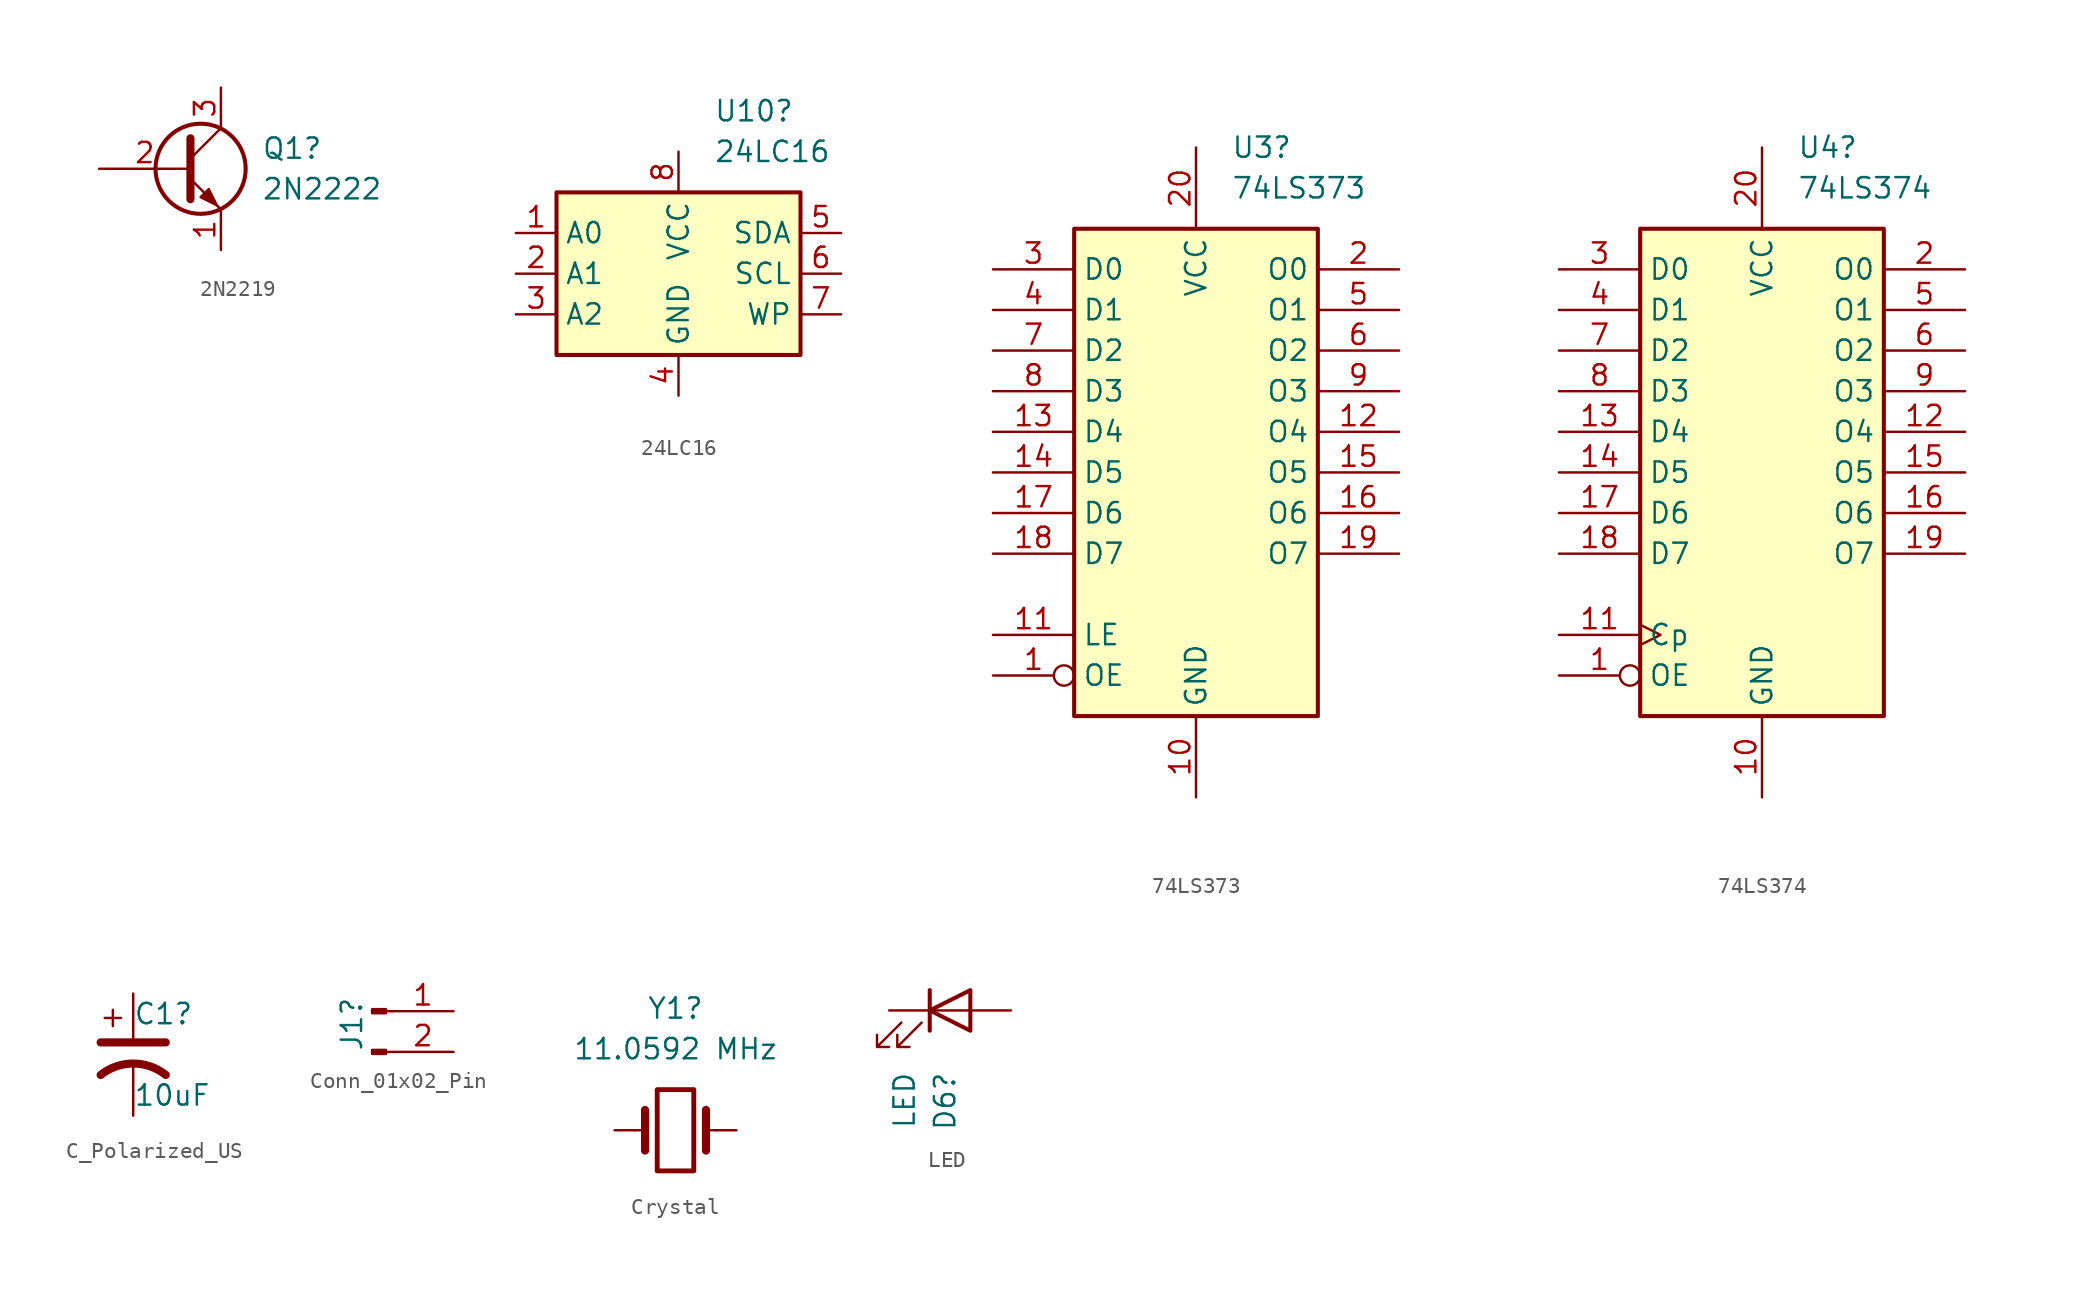
<source format=kicad_sym>
(kicad_symbol_lib
  (version 20231120)
  (generator "kicad_symbol_editor")
  (generator_version "8.0")
  (symbol "2N2219"
    (pin_names
      (offset 0) hide)
    (property "Reference" "Q1"
      (at 5.08 1.27 0)
      (effects (font (size 1.27 1.27)) (justify left)))
    (property "Value" "2N2222"
      (at 5.08 -1.27 0)
      (effects (font (size 1.27 1.27)) (justify left)))
    (symbol "2N2219_0_1"
      (polyline (pts (xy 0.635 0.635) (xy 2.54 2.54)) (stroke (width 0) (type default)) (fill (type none)))
      (polyline (pts (xy 0.635 -0.635) (xy 2.54 -2.54) (xy 2.54 -2.54)) (stroke (width 0) (type default)) (fill (type none)))
      (polyline (pts (xy 0.635 1.905) (xy 0.635 -1.905) (xy 0.635 -1.905)) (stroke (width 0.508) (type default)) (fill (type none)))
      (polyline (pts (xy 1.27 -1.778) (xy 1.778 -1.27) (xy 2.286 -2.286) (xy 1.27 -1.778) (xy 1.27 -1.778)) (stroke (width 0) (type default)) (fill (type outline)))
      (circle (center 1.27 0) (radius 2.819) (stroke (width 0.254) (type default)) (fill (type none))))
    (symbol "2N2219_1_1"
      (pin passive line (at 2.54 -5.08 90) (length 2.54) (name "E" (effects (font (size 1.27 1.27)))) (number "1" (effects (font (size 1.27 1.27)))))
      (pin passive line (at -5.08 0 0) (length 5.715) (name "B" (effects (font (size 1.27 1.27)))) (number "2" (effects (font (size 1.27 1.27)))))
      (pin passive line (at 2.54 5.08 270) (length 2.54) (name "C" (effects (font (size 1.27 1.27)))) (number "3" (effects (font (size 1.27 1.27)))))))
  (symbol "24LC16"
    (property "Reference" "U10"
      (at 2.194 10.16 0)
      (effects (font (size 1.27 1.27)) (justify left)))
    (property "Value" "24LC16"
      (at 2.194 7.62 0)
      (effects (font (size 1.27 1.27)) (justify left)))
    (symbol "24LC16_1_1"
      (rectangle (start -7.62 5.08) (end 7.62 -5.08) (stroke (width 0.254) (type default)) (fill (type background)))
      (pin input line (at -10.16 2.54 0) (length 2.54) (name "A0" (effects (font (size 1.27 1.27)))) (number "1" (effects (font (size 1.27 1.27)))))
      (pin input line (at -10.16 0 0) (length 2.54) (name "A1" (effects (font (size 1.27 1.27)))) (number "2" (effects (font (size 1.27 1.27)))))
      (pin input line (at -10.16 -2.54 0) (length 2.54) (name "A2" (effects (font (size 1.27 1.27)))) (number "3" (effects (font (size 1.27 1.27)))))
      (pin power_in line (at 0 -7.62 90) (length 2.54) (name "GND" (effects (font (size 1.27 1.27)))) (number "4" (effects (font (size 1.27 1.27)))))
      (pin bidirectional line (at 10.16 2.54 180) (length 2.54) (name "SDA" (effects (font (size 1.27 1.27)))) (number "5" (effects (font (size 1.27 1.27)))))
      (pin input line (at 10.16 0 180) (length 2.54) (name "SCL" (effects (font (size 1.27 1.27)))) (number "6" (effects (font (size 1.27 1.27)))))
      (pin input line (at 10.16 -2.54 180) (length 2.54) (name "WP" (effects (font (size 1.27 1.27)))) (number "7" (effects (font (size 1.27 1.27)))))
      (pin power_in line (at 0 7.62 270) (length 2.54) (name "VCC" (effects (font (size 1.27 1.27)))) (number "8" (effects (font (size 1.27 1.27)))))))
  (symbol "74LS373"
    (property "Reference" "U3"
      (at 2.194 20.32 0)
      (effects (font (size 1.27 1.27)) (justify left)))
    (property "Value" "74LS373"
      (at 2.194 17.78 0)
      (effects (font (size 1.27 1.27)) (justify left)))
    (symbol "74LS373_1_0"
      (pin input inverted (at -12.7 -12.7 0) (length 5.08) (name "OE" (effects (font (size 1.27 1.27)))) (number "1" (effects (font (size 1.27 1.27)))))
      (pin power_in line (at 0 -20.32 90) (length 5.08) (name "GND" (effects (font (size 1.27 1.27)))) (number "10" (effects (font (size 1.27 1.27)))))
      (pin input line (at -12.7 -10.16 0) (length 5.08) (name "LE" (effects (font (size 1.27 1.27)))) (number "11" (effects (font (size 1.27 1.27)))))
      (pin tri_state line (at 12.7 2.54 180) (length 5.08) (name "O4" (effects (font (size 1.27 1.27)))) (number "12" (effects (font (size 1.27 1.27)))))
      (pin input line (at -12.7 2.54 0) (length 5.08) (name "D4" (effects (font (size 1.27 1.27)))) (number "13" (effects (font (size 1.27 1.27)))))
      (pin input line (at -12.7 0 0) (length 5.08) (name "D5" (effects (font (size 1.27 1.27)))) (number "14" (effects (font (size 1.27 1.27)))))
      (pin tri_state line (at 12.7 0 180) (length 5.08) (name "O5" (effects (font (size 1.27 1.27)))) (number "15" (effects (font (size 1.27 1.27)))))
      (pin tri_state line (at 12.7 -2.54 180) (length 5.08) (name "O6" (effects (font (size 1.27 1.27)))) (number "16" (effects (font (size 1.27 1.27)))))
      (pin input line (at -12.7 -2.54 0) (length 5.08) (name "D6" (effects (font (size 1.27 1.27)))) (number "17" (effects (font (size 1.27 1.27)))))
      (pin input line (at -12.7 -5.08 0) (length 5.08) (name "D7" (effects (font (size 1.27 1.27)))) (number "18" (effects (font (size 1.27 1.27)))))
      (pin tri_state line (at 12.7 -5.08 180) (length 5.08) (name "O7" (effects (font (size 1.27 1.27)))) (number "19" (effects (font (size 1.27 1.27)))))
      (pin tri_state line (at 12.7 12.7 180) (length 5.08) (name "O0" (effects (font (size 1.27 1.27)))) (number "2" (effects (font (size 1.27 1.27)))))
      (pin power_in line (at 0 20.32 270) (length 5.08) (name "VCC" (effects (font (size 1.27 1.27)))) (number "20" (effects (font (size 1.27 1.27)))))
      (pin input line (at -12.7 12.7 0) (length 5.08) (name "D0" (effects (font (size 1.27 1.27)))) (number "3" (effects (font (size 1.27 1.27)))))
      (pin input line (at -12.7 10.16 0) (length 5.08) (name "D1" (effects (font (size 1.27 1.27)))) (number "4" (effects (font (size 1.27 1.27)))))
      (pin tri_state line (at 12.7 10.16 180) (length 5.08) (name "O1" (effects (font (size 1.27 1.27)))) (number "5" (effects (font (size 1.27 1.27)))))
      (pin tri_state line (at 12.7 7.62 180) (length 5.08) (name "O2" (effects (font (size 1.27 1.27)))) (number "6" (effects (font (size 1.27 1.27)))))
      (pin input line (at -12.7 7.62 0) (length 5.08) (name "D2" (effects (font (size 1.27 1.27)))) (number "7" (effects (font (size 1.27 1.27)))))
      (pin input line (at -12.7 5.08 0) (length 5.08) (name "D3" (effects (font (size 1.27 1.27)))) (number "8" (effects (font (size 1.27 1.27)))))
      (pin tri_state line (at 12.7 5.08 180) (length 5.08) (name "O3" (effects (font (size 1.27 1.27)))) (number "9" (effects (font (size 1.27 1.27))))))
    (symbol "74LS373_1_1"
      (rectangle (start -7.62 15.24) (end 7.62 -15.24) (stroke (width 0.254) (type default)) (fill (type background)))))
  (symbol "74LS374"
    (property "Reference" "U4"
      (at 2.194 20.32 0)
      (effects (font (size 1.27 1.27)) (justify left)))
    (property "Value" "74LS374"
      (at 2.194 17.78 0)
      (effects (font (size 1.27 1.27)) (justify left)))
    (symbol "74LS374_1_0"
      (pin input inverted (at -12.7 -12.7 0) (length 5.08) (name "OE" (effects (font (size 1.27 1.27)))) (number "1" (effects (font (size 1.27 1.27)))))
      (pin power_in line (at 0 -20.32 90) (length 5.08) (name "GND" (effects (font (size 1.27 1.27)))) (number "10" (effects (font (size 1.27 1.27)))))
      (pin input clock (at -12.7 -10.16 0) (length 5.08) (name "Cp" (effects (font (size 1.27 1.27)))) (number "11" (effects (font (size 1.27 1.27)))))
      (pin tri_state line (at 12.7 2.54 180) (length 5.08) (name "O4" (effects (font (size 1.27 1.27)))) (number "12" (effects (font (size 1.27 1.27)))))
      (pin input line (at -12.7 2.54 0) (length 5.08) (name "D4" (effects (font (size 1.27 1.27)))) (number "13" (effects (font (size 1.27 1.27)))))
      (pin input line (at -12.7 0 0) (length 5.08) (name "D5" (effects (font (size 1.27 1.27)))) (number "14" (effects (font (size 1.27 1.27)))))
      (pin tri_state line (at 12.7 0 180) (length 5.08) (name "O5" (effects (font (size 1.27 1.27)))) (number "15" (effects (font (size 1.27 1.27)))))
      (pin tri_state line (at 12.7 -2.54 180) (length 5.08) (name "O6" (effects (font (size 1.27 1.27)))) (number "16" (effects (font (size 1.27 1.27)))))
      (pin input line (at -12.7 -2.54 0) (length 5.08) (name "D6" (effects (font (size 1.27 1.27)))) (number "17" (effects (font (size 1.27 1.27)))))
      (pin input line (at -12.7 -5.08 0) (length 5.08) (name "D7" (effects (font (size 1.27 1.27)))) (number "18" (effects (font (size 1.27 1.27)))))
      (pin tri_state line (at 12.7 -5.08 180) (length 5.08) (name "O7" (effects (font (size 1.27 1.27)))) (number "19" (effects (font (size 1.27 1.27)))))
      (pin tri_state line (at 12.7 12.7 180) (length 5.08) (name "O0" (effects (font (size 1.27 1.27)))) (number "2" (effects (font (size 1.27 1.27)))))
      (pin power_in line (at 0 20.32 270) (length 5.08) (name "VCC" (effects (font (size 1.27 1.27)))) (number "20" (effects (font (size 1.27 1.27)))))
      (pin input line (at -12.7 12.7 0) (length 5.08) (name "D0" (effects (font (size 1.27 1.27)))) (number "3" (effects (font (size 1.27 1.27)))))
      (pin input line (at -12.7 10.16 0) (length 5.08) (name "D1" (effects (font (size 1.27 1.27)))) (number "4" (effects (font (size 1.27 1.27)))))
      (pin tri_state line (at 12.7 10.16 180) (length 5.08) (name "O1" (effects (font (size 1.27 1.27)))) (number "5" (effects (font (size 1.27 1.27)))))
      (pin tri_state line (at 12.7 7.62 180) (length 5.08) (name "O2" (effects (font (size 1.27 1.27)))) (number "6" (effects (font (size 1.27 1.27)))))
      (pin input line (at -12.7 7.62 0) (length 5.08) (name "D2" (effects (font (size 1.27 1.27)))) (number "7" (effects (font (size 1.27 1.27)))))
      (pin input line (at -12.7 5.08 0) (length 5.08) (name "D3" (effects (font (size 1.27 1.27)))) (number "8" (effects (font (size 1.27 1.27)))))
      (pin tri_state line (at 12.7 5.08 180) (length 5.08) (name "O3" (effects (font (size 1.27 1.27)))) (number "9" (effects (font (size 1.27 1.27))))))
    (symbol "74LS374_1_1"
      (rectangle (start -7.62 15.24) (end 7.62 -15.24) (stroke (width 0.254) (type default)) (fill (type background)))))
  (symbol "C_Polarized_US"
    (pin_numbers hide)
    (pin_names
      (offset 0.254) hide)
    (property "Reference" "C1"
      (at 0 2.54 0)
      (effects (font (size 1.27 1.27)) (justify left)))
    (property "Value" "10uF"
      (at 0 -2.54 0)
      (effects (font (size 1.27 1.27)) (justify left)))
    (symbol "C_Polarized_US_0_1"
      (polyline (pts (xy -2.032 0.762) (xy 2.032 0.762)) (stroke (width 0.508) (type default)) (fill (type none)))
      (polyline (pts (xy -1.778 2.286) (xy -0.762 2.286)) (stroke (width 0) (type default)) (fill (type none)))
      (polyline (pts (xy -1.27 1.778) (xy -1.27 2.794)) (stroke (width 0) (type default)) (fill (type none)))
      (arc (start 2.032 -1.27) (mid 0 -0.5572) (end -2.032 -1.27) (stroke (width 0.508) (type default)) (fill (type none))))
    (symbol "C_Polarized_US_1_1"
      (pin passive line (at 0 3.81 270) (length 2.794) (name "~" (effects (font (size 1.27 1.27)))) (number "1" (effects (font (size 1.27 1.27)))))
      (pin passive line (at 0 -3.81 90) (length 3.302) (name "~" (effects (font (size 1.27 1.27)))) (number "2" (effects (font (size 1.27 1.27)))))))
  (symbol "Conn_01x02_Pin"
    (pin_names
      (offset 1.016) hide)
    (property "Reference" "J1"
      (at -1.27 -2.54 90)
      (effects (font (size 1.27 1.27)) (justify left)))
    (property "ki_locked" ""
      (at 0 0 0)
      (effects (font (size 1.27 1.27))))
    (symbol "Conn_01x02_Pin_1_1"
      (polyline (pts (xy 1.27 -2.54) (xy 0.864 -2.54)) (stroke (width 0.152) (type default)) (fill (type none)))
      (polyline (pts (xy 1.27 0) (xy 0.864 0)) (stroke (width 0.152) (type default)) (fill (type none)))
      (rectangle (start 0.864 -2.413) (end 0 -2.667) (stroke (width 0.152) (type default)) (fill (type outline)))
      (rectangle (start 0.864 0.127) (end 0 -0.127) (stroke (width 0.152) (type default)) (fill (type outline)))
      (pin passive line (at 5.08 0 180) (length 3.81) (name "Pin_1" (effects (font (size 1.27 1.27)))) (number "1" (effects (font (size 1.27 1.27)))))
      (pin passive line (at 5.08 -2.54 180) (length 3.81) (name "Pin_2" (effects (font (size 1.27 1.27)))) (number "2" (effects (font (size 1.27 1.27)))))))
  (symbol "Crystal"
    (pin_numbers hide)
    (pin_names
      (offset 1.016) hide)
    (property "Reference" "Y1"
      (at 0 7.62 0)
      (effects (font (size 1.27 1.27))))
    (property "Value" "11.0592 MHz"
      (at 0 5.08 0)
      (effects (font (size 1.27 1.27))))
    (symbol "Crystal_0_1"
      (rectangle (start -1.143 2.54) (end 1.143 -2.54) (stroke (width 0.305) (type default)) (fill (type none)))
      (polyline (pts (xy -2.54 0) (xy -1.905 0)) (stroke (width 0) (type default)) (fill (type none)))
      (polyline (pts (xy -1.905 -1.27) (xy -1.905 1.27)) (stroke (width 0.508) (type default)) (fill (type none)))
      (polyline (pts (xy 1.905 -1.27) (xy 1.905 1.27)) (stroke (width 0.508) (type default)) (fill (type none)))
      (polyline (pts (xy 2.54 0) (xy 1.905 0)) (stroke (width 0) (type default)) (fill (type none))))
    (symbol "Crystal_1_1"
      (pin passive line (at -3.81 0 0) (length 1.27) (name "1" (effects (font (size 1.27 1.27)))) (number "1" (effects (font (size 1.27 1.27)))))
      (pin passive line (at 3.81 0 180) (length 1.27) (name "2" (effects (font (size 1.27 1.27)))) (number "2" (effects (font (size 1.27 1.27)))))))
  (symbol "LED"
    (pin_numbers hide)
    (pin_names
      (offset 1.016) hide)
    (property "Reference" "D6"
      (at -0.318 -3.81 90)
      (effects (font (size 1.27 1.27)) (justify right)))
    (property "Value" "LED"
      (at -2.857 -3.81 90)
      (effects (font (size 1.27 1.27)) (justify right)))
    (symbol "LED_0_1"
      (polyline (pts (xy -1.27 -1.27) (xy -1.27 1.27)) (stroke (width 0.254) (type default)) (fill (type none)))
      (polyline (pts (xy -1.27 0) (xy 1.27 0)) (stroke (width 0) (type default)) (fill (type none)))
      (polyline (pts (xy 1.27 -1.27) (xy 1.27 1.27) (xy -1.27 0) (xy 1.27 -1.27)) (stroke (width 0.254) (type default)) (fill (type none)))
      (polyline (pts (xy -3.048 -0.762) (xy -4.572 -2.286) (xy -3.81 -2.286) (xy -4.572 -2.286) (xy -4.572 -1.524)) (stroke (width 0) (type default)) (fill (type none)))
      (polyline (pts (xy -1.778 -0.762) (xy -3.302 -2.286) (xy -2.54 -2.286) (xy -3.302 -2.286) (xy -3.302 -1.524)) (stroke (width 0) (type default)) (fill (type none))))
    (symbol "LED_1_1"
      (pin passive line (at -3.81 0 0) (length 2.54) (name "K" (effects (font (size 1.27 1.27)))) (number "1" (effects (font (size 1.27 1.27)))))
      (pin passive line (at 3.81 0 180) (length 2.54) (name "A" (effects (font (size 1.27 1.27)))) (number "2" (effects (font (size 1.27 1.27))))))))
</source>
